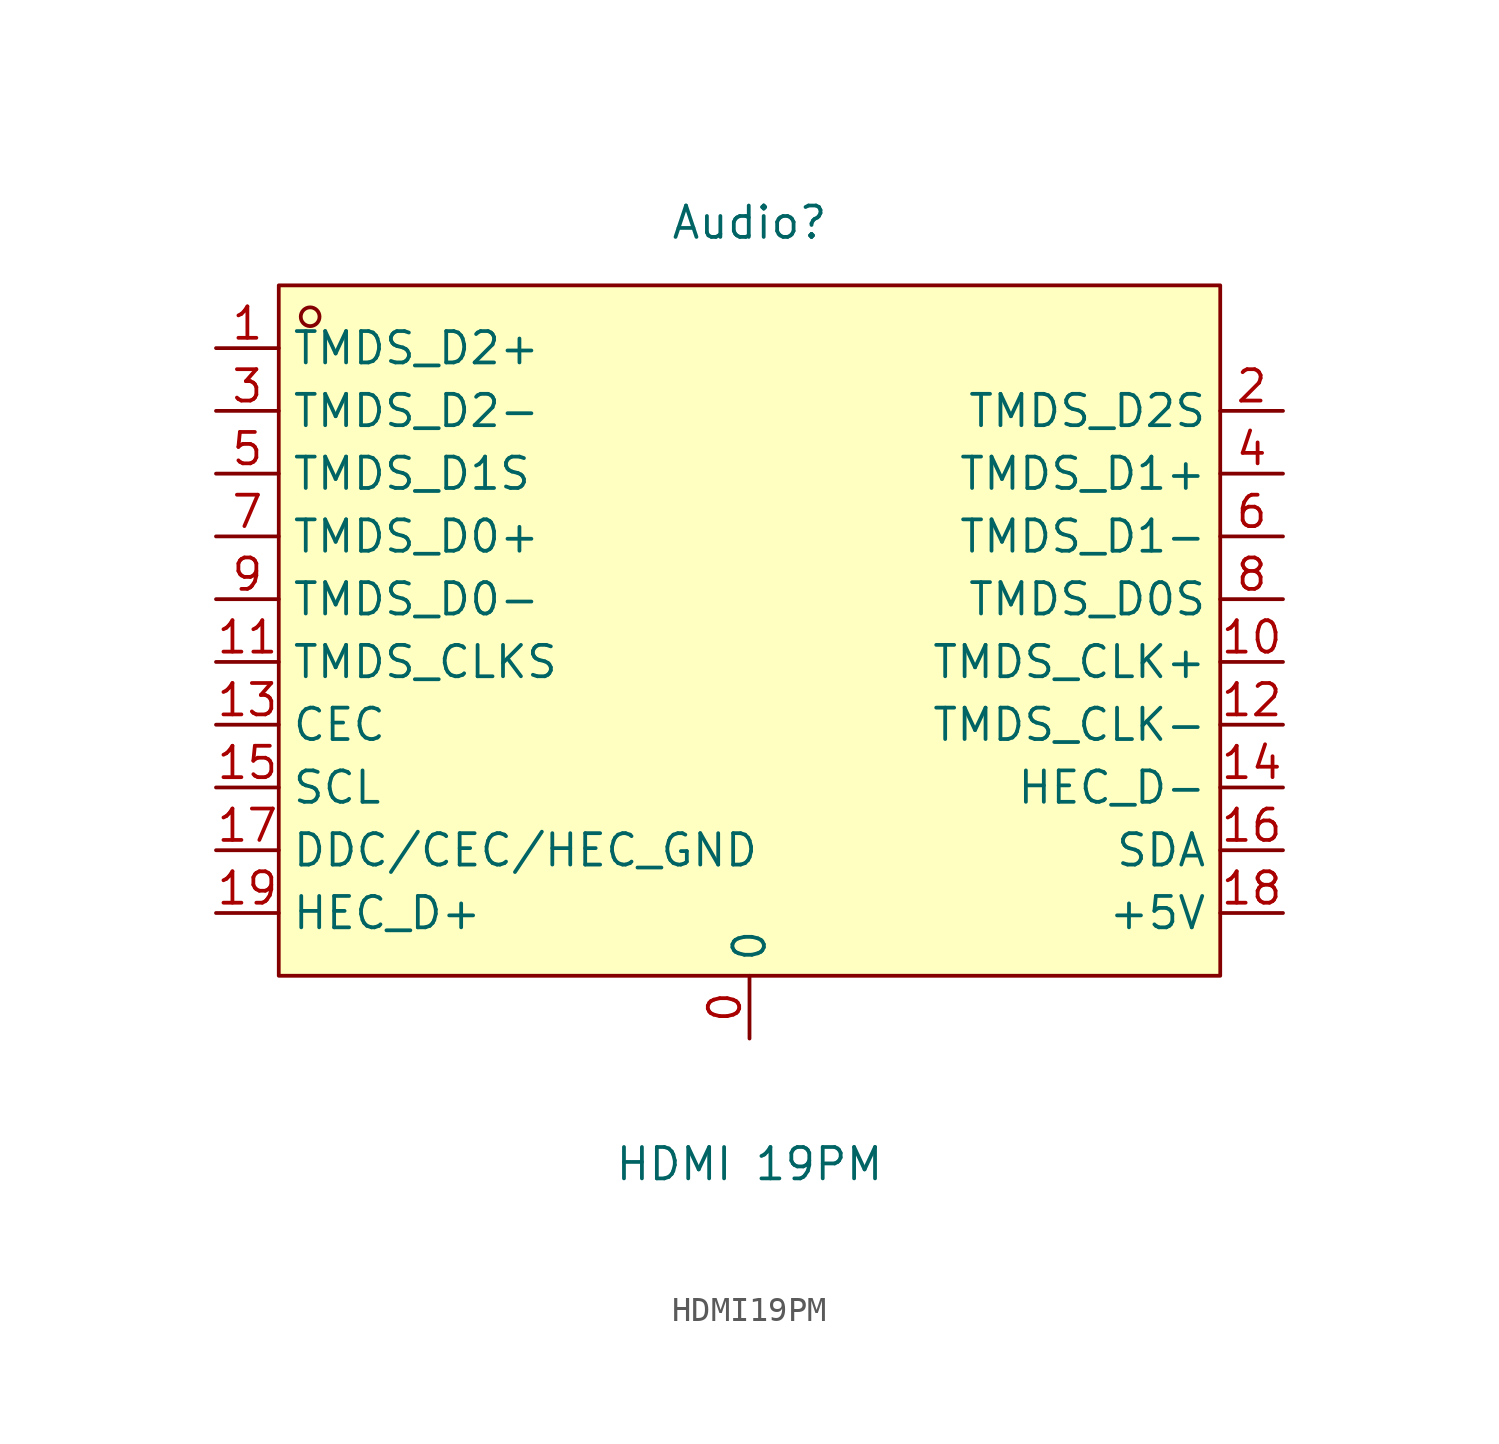
<source format=kicad_sym>
(kicad_symbol_lib
  (version 20211014)
  (generator https://github.com/uPesy/easyeda2kicad.py)
  (symbol "HDMI19PM"
    (property "Reference" "Audio"
      (at 0 16.51 0)
      (effects (font (size 1.27 1.27))))
    (property "Value" "HDMI 19PM"
      (at 0 -21.59 0)
      (effects (font (size 1.27 1.27))))
    (symbol "HDMI19PM_0_1"
      (rectangle (start -19.05 13.97) (end 19.05 -13.97) (stroke (width 0) (type default) (color 0 0 0 0)) (fill (type background)))
      (circle (center -17.78 12.70) (radius 0.38) (stroke (width 0) (type default) (color 0 0 0 0)) (fill (type none)))
      (pin unspecified line (at -21.59 11.43 0) (length 2.54) (name "TMDS_D2+" (effects (font (size 1.27 1.27)))) (number "1" (effects (font (size 1.27 1.27)))))
      (pin unspecified line (at 21.59 8.89 180) (length 2.54) (name "TMDS_D2S" (effects (font (size 1.27 1.27)))) (number "2" (effects (font (size 1.27 1.27)))))
      (pin unspecified line (at -21.59 8.89 0) (length 2.54) (name "TMDS_D2-" (effects (font (size 1.27 1.27)))) (number "3" (effects (font (size 1.27 1.27)))))
      (pin unspecified line (at 21.59 6.35 180) (length 2.54) (name "TMDS_D1+" (effects (font (size 1.27 1.27)))) (number "4" (effects (font (size 1.27 1.27)))))
      (pin unspecified line (at -21.59 6.35 0) (length 2.54) (name "TMDS_D1S" (effects (font (size 1.27 1.27)))) (number "5" (effects (font (size 1.27 1.27)))))
      (pin unspecified line (at 21.59 3.81 180) (length 2.54) (name "TMDS_D1-" (effects (font (size 1.27 1.27)))) (number "6" (effects (font (size 1.27 1.27)))))
      (pin unspecified line (at -21.59 3.81 0) (length 2.54) (name "TMDS_D0+" (effects (font (size 1.27 1.27)))) (number "7" (effects (font (size 1.27 1.27)))))
      (pin unspecified line (at 21.59 1.27 180) (length 2.54) (name "TMDS_D0S" (effects (font (size 1.27 1.27)))) (number "8" (effects (font (size 1.27 1.27)))))
      (pin unspecified line (at -21.59 1.27 0) (length 2.54) (name "TMDS_D0-" (effects (font (size 1.27 1.27)))) (number "9" (effects (font (size 1.27 1.27)))))
      (pin unspecified line (at 21.59 -1.27 180) (length 2.54) (name "TMDS_CLK+" (effects (font (size 1.27 1.27)))) (number "10" (effects (font (size 1.27 1.27)))))
      (pin unspecified line (at -21.59 -1.27 0) (length 2.54) (name "TMDS_CLKS" (effects (font (size 1.27 1.27)))) (number "11" (effects (font (size 1.27 1.27)))))
      (pin unspecified line (at 21.59 -3.81 180) (length 2.54) (name "TMDS_CLK-" (effects (font (size 1.27 1.27)))) (number "12" (effects (font (size 1.27 1.27)))))
      (pin unspecified line (at -21.59 -3.81 0) (length 2.54) (name "CEC" (effects (font (size 1.27 1.27)))) (number "13" (effects (font (size 1.27 1.27)))))
      (pin unspecified line (at 21.59 -6.35 180) (length 2.54) (name "HEC_D-" (effects (font (size 1.27 1.27)))) (number "14" (effects (font (size 1.27 1.27)))))
      (pin unspecified line (at -21.59 -6.35 0) (length 2.54) (name "SCL" (effects (font (size 1.27 1.27)))) (number "15" (effects (font (size 1.27 1.27)))))
      (pin unspecified line (at 21.59 -8.89 180) (length 2.54) (name "SDA" (effects (font (size 1.27 1.27)))) (number "16" (effects (font (size 1.27 1.27)))))
      (pin unspecified line (at -21.59 -8.89 0) (length 2.54) (name "DDC/CEC/HEC_GND" (effects (font (size 1.27 1.27)))) (number "17" (effects (font (size 1.27 1.27)))))
      (pin unspecified line (at 21.59 -11.43 180) (length 2.54) (name "+5V" (effects (font (size 1.27 1.27)))) (number "18" (effects (font (size 1.27 1.27)))))
      (pin unspecified line (at -21.59 -11.43 0) (length 2.54) (name "HEC_D+" (effects (font (size 1.27 1.27)))) (number "19" (effects (font (size 1.27 1.27)))))
      (pin unspecified line (at 0.00 -16.51 90) (length 2.54) (name "0" (effects (font (size 1.27 1.27)))) (number "0" (effects (font (size 1.27 1.27))))))))
</source>
